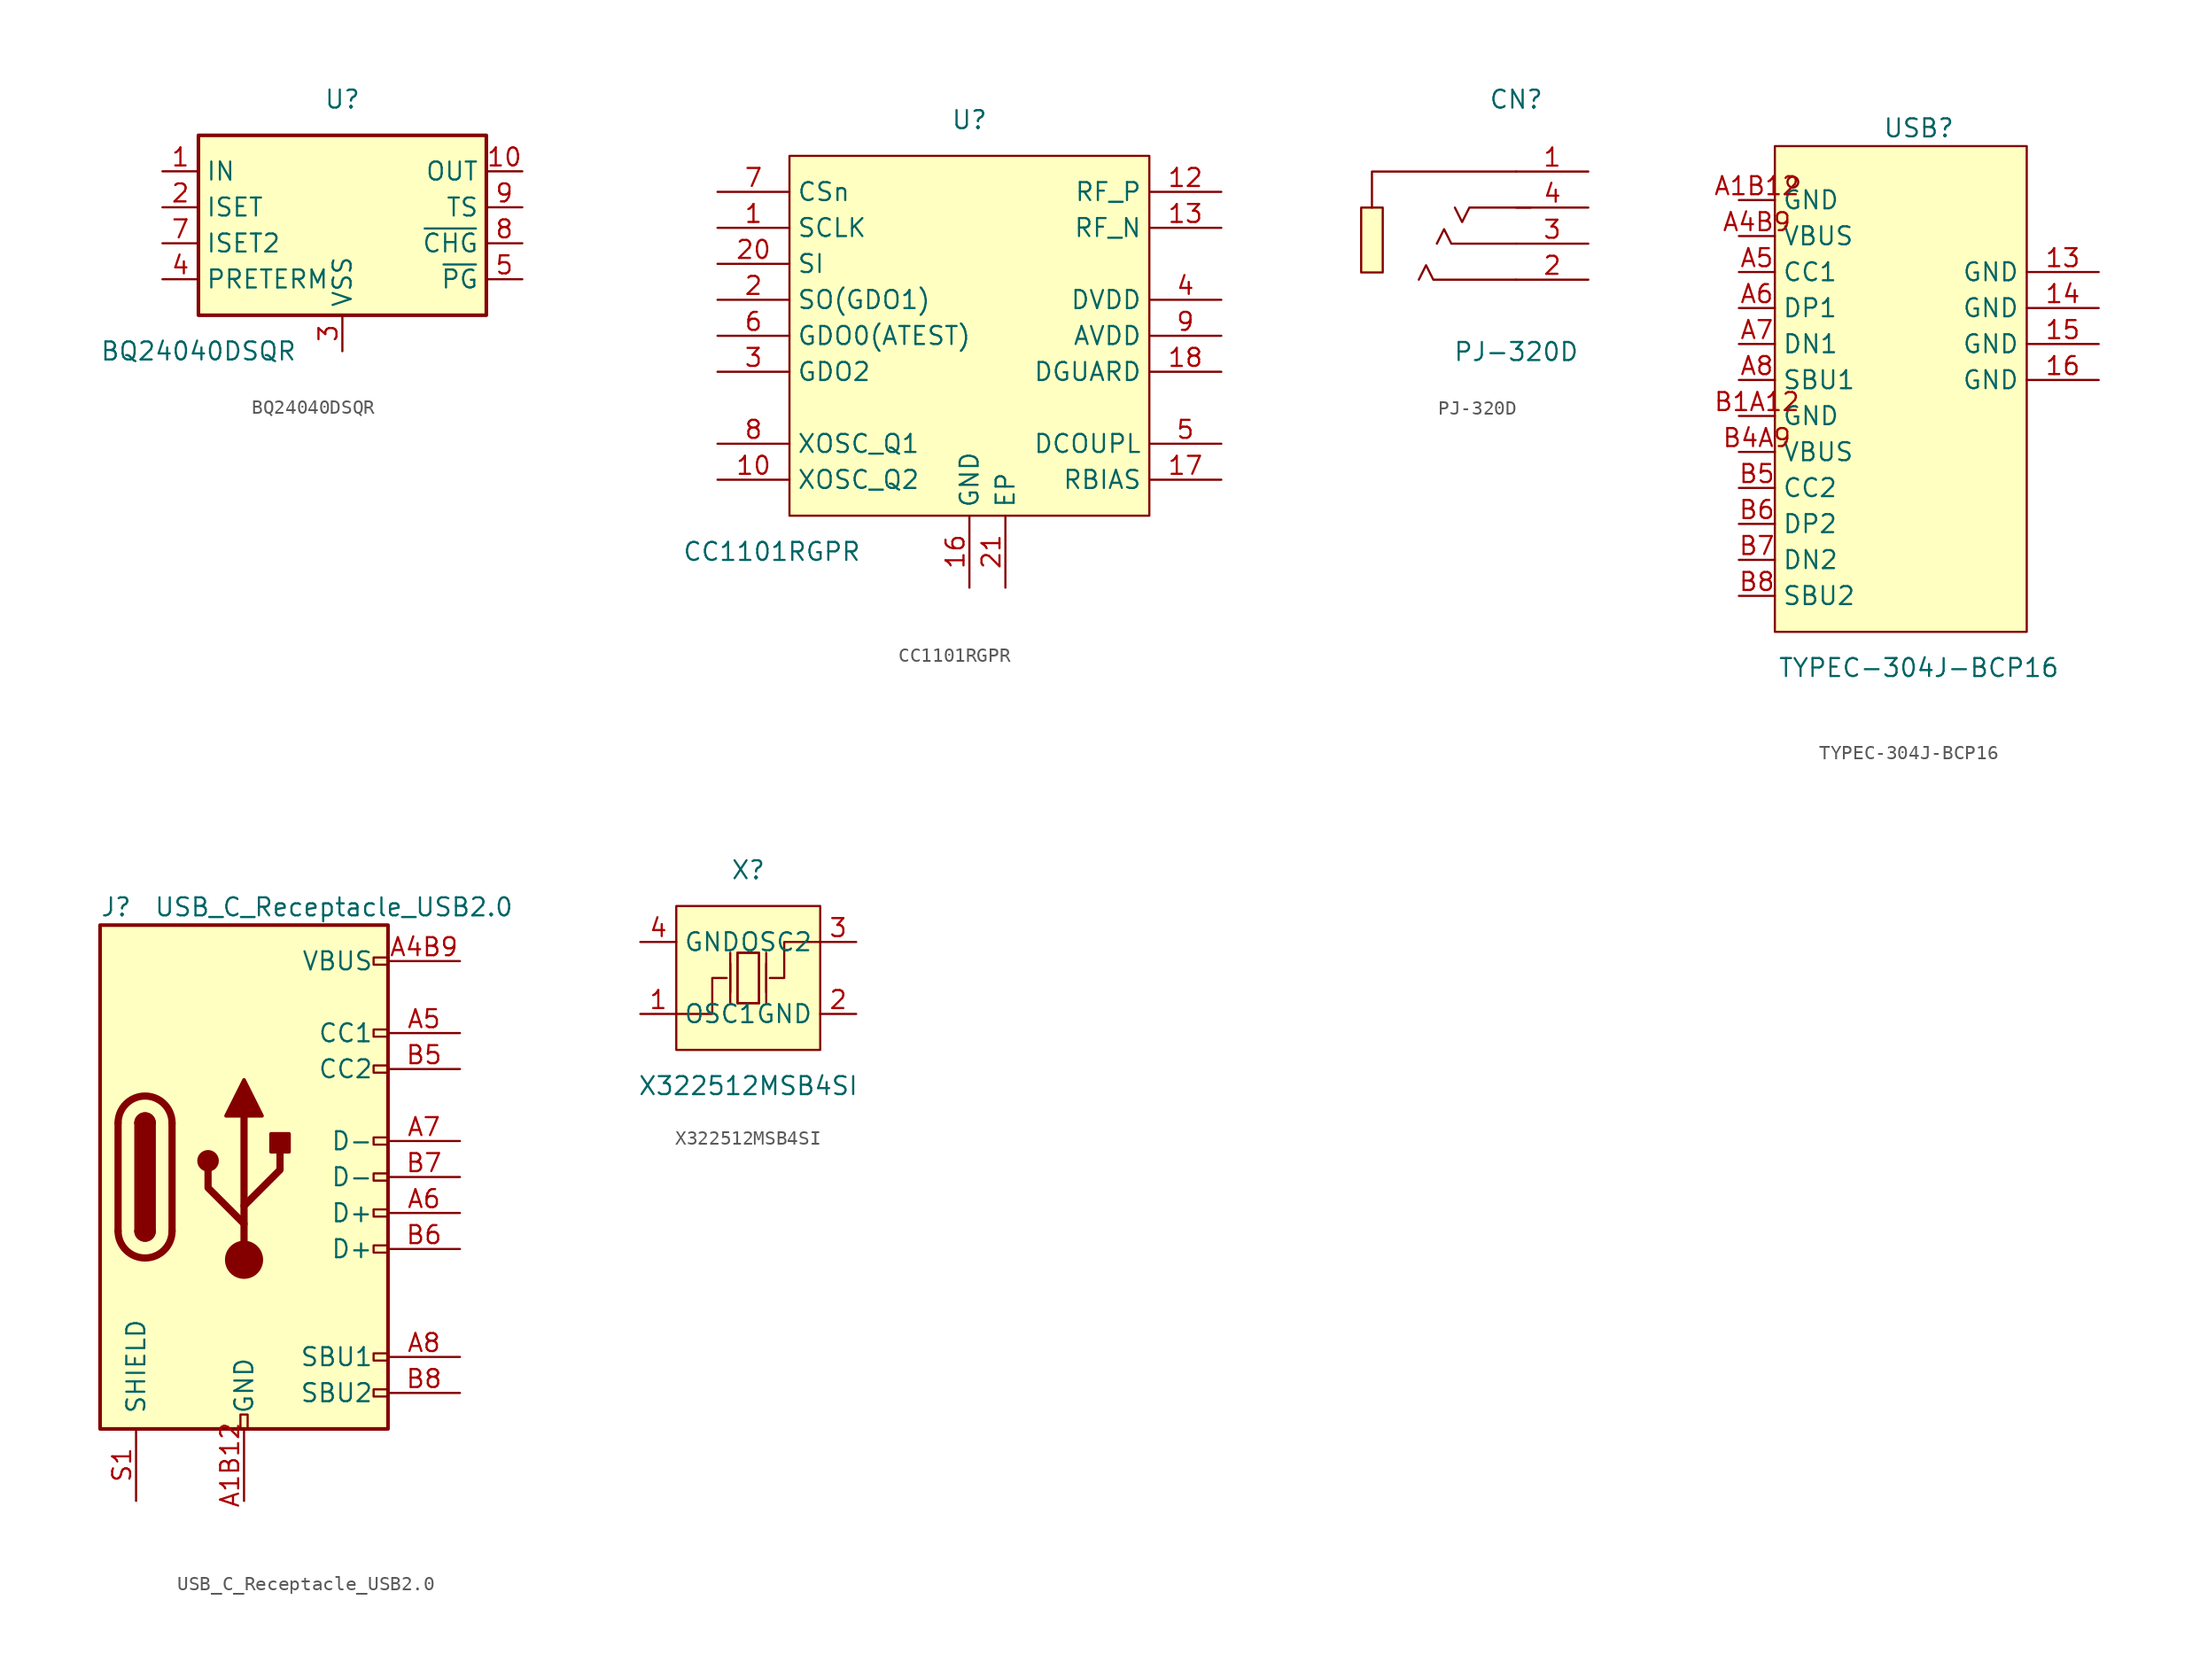
<source format=kicad_sym>
(kicad_symbol_lib
  (version 20241209)
  (generator "kicad_symbol_editor")
  (generator_version "9.0")
  (symbol "BQ24040DSQR"
    (property "Reference" "U"
      (at 0 10.16 0)
      (effects (font (size 1.27 1.27))))
    (property "Value" "BQ24040DSQR"
      (at -10.16 -7.62 0)
      (effects (font (size 1.27 1.27))))
    (symbol "BQ24040DSQR_0_1"
      (rectangle (start -10.16 7.62) (end 10.16 -5.08) (stroke (width 0.254) (type default)) (fill (type background))))
    (symbol "BQ24040DSQR_1_1"
      (pin power_in line (at -12.7 5.08 0) (length 2.54) (name "IN" (effects (font (size 1.27 1.27)))) (number "1" (effects (font (size 1.27 1.27)))))
      (pin passive line (at -12.7 2.54 0) (length 2.54) (name "ISET" (effects (font (size 1.27 1.27)))) (number "2" (effects (font (size 1.27 1.27)))))
      (pin passive line (at -12.7 0 0) (length 2.54) (name "ISET2" (effects (font (size 1.27 1.27)))) (number "7" (effects (font (size 1.27 1.27)))))
      (pin passive line (at -12.7 -2.54 0) (length 2.54) (name "PRETERM" (effects (font (size 1.27 1.27)))) (number "4" (effects (font (size 1.27 1.27)))))
      (pin passive line (at 0 -7.62 90) (length 2.54) (hide yes) (name "VSS" (effects (font (size 1.27 1.27)))) (number "11" (effects (font (size 1.27 1.27)))))
      (pin power_in line (at 0 -7.62 90) (length 2.54) (name "VSS" (effects (font (size 1.27 1.27)))) (number "3" (effects (font (size 1.27 1.27)))))
      (pin no_connect line (at 2.54 -7.62 90) (length 2.54) (hide yes) (name "NC" (effects (font (size 1.27 1.27)))) (number "6" (effects (font (size 1.27 1.27)))))
      (pin power_out line (at 12.7 5.08 180) (length 2.54) (name "OUT" (effects (font (size 1.27 1.27)))) (number "10" (effects (font (size 1.27 1.27)))))
      (pin passive line (at 12.7 2.54 180) (length 2.54) (name "TS" (effects (font (size 1.27 1.27)))) (number "9" (effects (font (size 1.27 1.27)))))
      (pin open_collector line (at 12.7 0 180) (length 2.54) (name "~{CHG}" (effects (font (size 1.27 1.27)))) (number "8" (effects (font (size 1.27 1.27)))))
      (pin open_collector line (at 12.7 -2.54 180) (length 2.54) (name "~{PG}" (effects (font (size 1.27 1.27)))) (number "5" (effects (font (size 1.27 1.27)))))))
  (symbol "CC1101RGPR"
    (property "Reference" "U"
      (at 0 20.32 0)
      (effects (font (size 1.27 1.27))))
    (property "Value" "CC1101RGPR"
      (at -7.62 -10.16 0)
      (effects (font (size 1.27 1.27)) (justify right)))
    (symbol "CC1101RGPR_1_1"
      (rectangle (start -12.7 17.78) (end 12.7 -7.62) (stroke (width 0) (type default)) (fill (type background)))
      (pin input line (at -17.78 15.24 0) (length 5.08) (name "CSn" (effects (font (size 1.27 1.27)))) (number "7" (effects (font (size 1.27 1.27)))))
      (pin input line (at -17.78 12.7 0) (length 5.08) (name "SCLK" (effects (font (size 1.27 1.27)))) (number "1" (effects (font (size 1.27 1.27)))))
      (pin input line (at -17.78 10.16 0) (length 5.08) (name "SI" (effects (font (size 1.27 1.27)))) (number "20" (effects (font (size 1.27 1.27)))))
      (pin tri_state line (at -17.78 7.62 0) (length 5.08) (name "SO(GDO1)" (effects (font (size 1.27 1.27)))) (number "2" (effects (font (size 1.27 1.27)))))
      (pin bidirectional line (at -17.78 5.08 0) (length 5.08) (name "GDO0(ATEST)" (effects (font (size 1.27 1.27)))) (number "6" (effects (font (size 1.27 1.27)))))
      (pin output line (at -17.78 2.54 0) (length 5.08) (name "GDO2" (effects (font (size 1.27 1.27)))) (number "3" (effects (font (size 1.27 1.27)))))
      (pin bidirectional line (at -17.78 -2.54 0) (length 5.08) (name "XOSC_Q1" (effects (font (size 1.27 1.27)))) (number "8" (effects (font (size 1.27 1.27)))))
      (pin bidirectional line (at -17.78 -5.08 0) (length 5.08) (name "XOSC_Q2" (effects (font (size 1.27 1.27)))) (number "10" (effects (font (size 1.27 1.27)))))
      (pin power_in line (at 0 -12.7 90) (length 5.08) (name "GND" (effects (font (size 1.27 1.27)))) (number "16" (effects (font (size 1.27 1.27)))))
      (pin power_in line (at 0 -12.7 90) (length 5.08) (hide yes) (name "GND" (effects (font (size 1.27 1.27)))) (number "19" (effects (font (size 1.27 1.27)))))
      (pin passive line (at 2.54 -12.7 90) (length 5.08) (name "EP" (effects (font (size 1.27 1.27)))) (number "21" (effects (font (size 1.27 1.27)))))
      (pin bidirectional line (at 17.78 15.24 180) (length 5.08) (name "RF_P" (effects (font (size 1.27 1.27)))) (number "12" (effects (font (size 1.27 1.27)))))
      (pin bidirectional line (at 17.78 12.7 180) (length 5.08) (name "RF_N" (effects (font (size 1.27 1.27)))) (number "13" (effects (font (size 1.27 1.27)))))
      (pin power_in line (at 17.78 7.62 180) (length 5.08) (name "DVDD" (effects (font (size 1.27 1.27)))) (number "4" (effects (font (size 1.27 1.27)))))
      (pin passive line (at 17.78 5.08 180) (length 5.08) (hide yes) (name "AVDD" (effects (font (size 1.27 1.27)))) (number "11" (effects (font (size 1.27 1.27)))))
      (pin passive line (at 17.78 5.08 180) (length 5.08) (hide yes) (name "AVDD" (effects (font (size 1.27 1.27)))) (number "14" (effects (font (size 1.27 1.27)))))
      (pin passive line (at 17.78 5.08 180) (length 5.08) (hide yes) (name "AVDD" (effects (font (size 1.27 1.27)))) (number "15" (effects (font (size 1.27 1.27)))))
      (pin power_in line (at 17.78 5.08 180) (length 5.08) (name "AVDD" (effects (font (size 1.27 1.27)))) (number "9" (effects (font (size 1.27 1.27)))))
      (pin power_in line (at 17.78 2.54 180) (length 5.08) (name "DGUARD" (effects (font (size 1.27 1.27)))) (number "18" (effects (font (size 1.27 1.27)))))
      (pin passive line (at 17.78 -2.54 180) (length 5.08) (name "DCOUPL" (effects (font (size 1.27 1.27)))) (number "5" (effects (font (size 1.27 1.27)))))
      (pin bidirectional line (at 17.78 -5.08 180) (length 5.08) (name "RBIAS" (effects (font (size 1.27 1.27)))) (number "17" (effects (font (size 1.27 1.27)))))))
  (symbol "PJ-320D"
    (pin_names
      (hide yes))
    (property "Reference" "CN"
      (at 0 7.62 0)
      (effects (font (size 1.27 1.27))))
    (property "Value" "PJ-320D"
      (at 0 -10.16 0)
      (effects (font (size 1.27 1.27))))
    (symbol "PJ-320D_0_1"
      (rectangle (start -10.92 0) (end -9.4 -4.57) (stroke (width 0) (type default)) (fill (type background)))
      (polyline (pts (xy 0 2.54) (xy -10.16 2.54) (xy -10.16 0)) (stroke (width 0) (type default)) (fill (type none)))
      (polyline (pts (xy 0 -2.54) (xy -4.57 -2.54) (xy -5.08 -1.52) (xy -5.59 -2.54)) (stroke (width 0) (type default)) (fill (type none)))
      (polyline (pts (xy 0 -5.08) (xy -5.84 -5.08) (xy -6.35 -4.06) (xy -6.86 -5.08)) (stroke (width 0) (type default)) (fill (type none)))
      (polyline (pts (xy 1.02 0) (xy -3.3 0) (xy -3.81 -1.02) (xy -4.32 0)) (stroke (width 0) (type default)) (fill (type none))))
    (symbol "PJ-320D_1_1"
      (pin passive line (at 5.08 2.54 180) (length 5.08) (name "1" (effects (font (size 1.27 1.27)))) (number "1" (effects (font (size 1.27 1.27)))))
      (pin passive line (at 5.08 0 180) (length 5.08) (name "4" (effects (font (size 1.27 1.27)))) (number "4" (effects (font (size 1.27 1.27)))))
      (pin passive line (at 5.08 -2.54 180) (length 5.08) (name "3" (effects (font (size 1.27 1.27)))) (number "3" (effects (font (size 1.27 1.27)))))
      (pin passive line (at 5.08 -5.08 180) (length 5.08) (name "2" (effects (font (size 1.27 1.27)))) (number "2" (effects (font (size 1.27 1.27)))))))
  (symbol "TYPEC-304J-BCP16"
    (property "Reference" "USB"
      (at 0 17.78 0)
      (effects (font (size 1.27 1.27))))
    (property "Value" "TYPEC-304J-BCP16"
      (at 0 -20.32 0)
      (effects (font (size 1.27 1.27))))
    (symbol "TYPEC-304J-BCP16_0_1"
      (rectangle (start -10.16 16.51) (end 7.62 -17.78) (stroke (width 0) (type default)) (fill (type background)))
      (circle (center -8.89 13.97) (radius 0.38) (stroke (width 0) (type default)) (fill (type none)))
      (pin unspecified line (at -12.7 12.7 0) (length 2.54) (name "GND" (effects (font (size 1.27 1.27)))) (number "A1B12" (effects (font (size 1.27 1.27)))))
      (pin unspecified line (at -12.7 10.16 0) (length 2.54) (name "VBUS" (effects (font (size 1.27 1.27)))) (number "A4B9" (effects (font (size 1.27 1.27)))))
      (pin unspecified line (at -12.7 7.62 0) (length 2.54) (name "CC1" (effects (font (size 1.27 1.27)))) (number "A5" (effects (font (size 1.27 1.27)))))
      (pin unspecified line (at -12.7 5.08 0) (length 2.54) (name "DP1" (effects (font (size 1.27 1.27)))) (number "A6" (effects (font (size 1.27 1.27)))))
      (pin unspecified line (at -12.7 2.54 0) (length 2.54) (name "DN1" (effects (font (size 1.27 1.27)))) (number "A7" (effects (font (size 1.27 1.27)))))
      (pin unspecified line (at -12.7 0 0) (length 2.54) (name "SBU1" (effects (font (size 1.27 1.27)))) (number "A8" (effects (font (size 1.27 1.27)))))
      (pin unspecified line (at -12.7 -2.54 0) (length 2.54) (name "GND" (effects (font (size 1.27 1.27)))) (number "B1A12" (effects (font (size 1.27 1.27)))))
      (pin unspecified line (at -12.7 -5.08 0) (length 2.54) (name "VBUS" (effects (font (size 1.27 1.27)))) (number "B4A9" (effects (font (size 1.27 1.27)))))
      (pin unspecified line (at -12.7 -7.62 0) (length 2.54) (name "CC2" (effects (font (size 1.27 1.27)))) (number "B5" (effects (font (size 1.27 1.27)))))
      (pin unspecified line (at -12.7 -10.16 0) (length 2.54) (name "DP2" (effects (font (size 1.27 1.27)))) (number "B6" (effects (font (size 1.27 1.27)))))
      (pin unspecified line (at -12.7 -12.7 0) (length 2.54) (name "DN2" (effects (font (size 1.27 1.27)))) (number "B7" (effects (font (size 1.27 1.27)))))
      (pin unspecified line (at -12.7 -15.24 0) (length 2.54) (name "SBU2" (effects (font (size 1.27 1.27)))) (number "B8" (effects (font (size 1.27 1.27)))))
      (pin unspecified line (at 12.7 7.62 180) (length 5.08) (name "GND" (effects (font (size 1.27 1.27)))) (number "13" (effects (font (size 1.27 1.27)))))
      (pin unspecified line (at 12.7 5.08 180) (length 5.08) (name "GND" (effects (font (size 1.27 1.27)))) (number "14" (effects (font (size 1.27 1.27)))))
      (pin unspecified line (at 12.7 2.54 180) (length 5.08) (name "GND" (effects (font (size 1.27 1.27)))) (number "15" (effects (font (size 1.27 1.27)))))
      (pin unspecified line (at 12.7 0 180) (length 5.08) (name "GND" (effects (font (size 1.27 1.27)))) (number "16" (effects (font (size 1.27 1.27)))))))
  (symbol "USB_C_Receptacle_USB2.0"
    (pin_names
      (offset 1.016))
    (property "Reference" "J"
      (at -10.16 19.05 0)
      (effects (font (size 1.27 1.27)) (justify left)))
    (property "Value" "USB_C_Receptacle_USB2.0"
      (at 19.05 19.05 0)
      (effects (font (size 1.27 1.27)) (justify right)))
    (symbol "USB_C_Receptacle_USB2.0_0_0"
      (rectangle (start -0.254 -17.78) (end 0.254 -16.764) (stroke (width 0) (type default)) (fill (type none)))
      (rectangle (start 10.16 15.494) (end 9.144 14.986) (stroke (width 0) (type default)) (fill (type none)))
      (rectangle (start 10.16 10.414) (end 9.144 9.906) (stroke (width 0) (type default)) (fill (type none)))
      (rectangle (start 10.16 7.874) (end 9.144 7.366) (stroke (width 0) (type default)) (fill (type none)))
      (rectangle (start 10.16 2.794) (end 9.144 2.286) (stroke (width 0) (type default)) (fill (type none)))
      (rectangle (start 10.16 0.254) (end 9.144 -0.254) (stroke (width 0) (type default)) (fill (type none)))
      (rectangle (start 10.16 -2.286) (end 9.144 -2.794) (stroke (width 0) (type default)) (fill (type none)))
      (rectangle (start 10.16 -4.826) (end 9.144 -5.334) (stroke (width 0) (type default)) (fill (type none)))
      (rectangle (start 10.16 -12.446) (end 9.144 -12.954) (stroke (width 0) (type default)) (fill (type none)))
      (rectangle (start 10.16 -14.986) (end 9.144 -15.494) (stroke (width 0) (type default)) (fill (type none))))
    (symbol "USB_C_Receptacle_USB2.0_0_1"
      (rectangle (start -10.16 17.78) (end 10.16 -17.78) (stroke (width 0.254) (type default)) (fill (type background)))
      (polyline (pts (xy -8.89 -3.81) (xy -8.89 3.81)) (stroke (width 0.508) (type default)) (fill (type none)))
      (rectangle (start -7.62 -3.81) (end -6.35 3.81) (stroke (width 0.254) (type default)) (fill (type outline)))
      (arc (start -7.62 3.81) (mid -6.985 4.4423) (end -6.35 3.81) (stroke (width 0.254) (type default)) (fill (type none)))
      (arc (start -7.62 3.81) (mid -6.985 4.4423) (end -6.35 3.81) (stroke (width 0.254) (type default)) (fill (type outline)))
      (arc (start -8.89 3.81) (mid -6.985 5.7067) (end -5.08 3.81) (stroke (width 0.508) (type default)) (fill (type none)))
      (arc (start -5.08 -3.81) (mid -6.985 -5.7067) (end -8.89 -3.81) (stroke (width 0.508) (type default)) (fill (type none)))
      (arc (start -6.35 -3.81) (mid -6.985 -4.4423) (end -7.62 -3.81) (stroke (width 0.254) (type default)) (fill (type none)))
      (arc (start -6.35 -3.81) (mid -6.985 -4.4423) (end -7.62 -3.81) (stroke (width 0.254) (type default)) (fill (type outline)))
      (polyline (pts (xy -5.08 3.81) (xy -5.08 -3.81)) (stroke (width 0.508) (type default)) (fill (type none)))
      (circle (center -2.54 1.143) (radius 0.635) (stroke (width 0.254) (type default)) (fill (type outline)))
      (polyline (pts (xy -1.27 4.318) (xy 0 6.858) (xy 1.27 4.318) (xy -1.27 4.318)) (stroke (width 0.254) (type default)) (fill (type outline)))
      (polyline (pts (xy 0 -2.032) (xy 2.54 0.508) (xy 2.54 1.778)) (stroke (width 0.508) (type default)) (fill (type none)))
      (polyline (pts (xy 0 -3.302) (xy -2.54 -0.762) (xy -2.54 0.508)) (stroke (width 0.508) (type default)) (fill (type none)))
      (polyline (pts (xy 0 -5.842) (xy 0 4.318)) (stroke (width 0.508) (type default)) (fill (type none)))
      (circle (center 0 -5.842) (radius 1.27) (stroke (width 0) (type default)) (fill (type outline)))
      (rectangle (start 1.905 1.778) (end 3.175 3.048) (stroke (width 0.254) (type default)) (fill (type outline))))
    (symbol "USB_C_Receptacle_USB2.0_1_1"
      (pin passive line (at -7.62 -22.86 90) (length 5.08) (name "SHIELD" (effects (font (size 1.27 1.27)))) (number "S1" (effects (font (size 1.27 1.27)))))
      (pin power_in line (at 0 -22.86 90) (length 5.08) (name "GND" (effects (font (size 1.27 1.27)))) (number "A1B12" (effects (font (size 1.27 1.27)))))
      (pin power_in line (at 0 -22.86 90) (length 5.08) (hide yes) (name "GND" (effects (font (size 1.27 1.27)))) (number "B1A12" (effects (font (size 1.27 1.27)))))
      (pin power_in line (at 15.24 15.24 180) (length 5.08) (name "VBUS" (effects (font (size 1.27 1.27)))) (number "A4B9" (effects (font (size 1.27 1.27)))))
      (pin power_in line (at 15.24 15.24 180) (length 5.08) (hide yes) (name "VBUS" (effects (font (size 1.27 1.27)))) (number "B4A9" (effects (font (size 1.27 1.27)))))
      (pin bidirectional line (at 15.24 10.16 180) (length 5.08) (name "CC1" (effects (font (size 1.27 1.27)))) (number "A5" (effects (font (size 1.27 1.27)))))
      (pin bidirectional line (at 15.24 7.62 180) (length 5.08) (name "CC2" (effects (font (size 1.27 1.27)))) (number "B5" (effects (font (size 1.27 1.27)))))
      (pin bidirectional line (at 15.24 2.54 180) (length 5.08) (name "D-" (effects (font (size 1.27 1.27)))) (number "A7" (effects (font (size 1.27 1.27)))))
      (pin bidirectional line (at 15.24 0 180) (length 5.08) (name "D-" (effects (font (size 1.27 1.27)))) (number "B7" (effects (font (size 1.27 1.27)))))
      (pin bidirectional line (at 15.24 -2.54 180) (length 5.08) (name "D+" (effects (font (size 1.27 1.27)))) (number "A6" (effects (font (size 1.27 1.27)))))
      (pin bidirectional line (at 15.24 -5.08 180) (length 5.08) (name "D+" (effects (font (size 1.27 1.27)))) (number "B6" (effects (font (size 1.27 1.27)))))
      (pin bidirectional line (at 15.24 -12.7 180) (length 5.08) (name "SBU1" (effects (font (size 1.27 1.27)))) (number "A8" (effects (font (size 1.27 1.27)))))
      (pin bidirectional line (at 15.24 -15.24 180) (length 5.08) (name "SBU2" (effects (font (size 1.27 1.27)))) (number "B8" (effects (font (size 1.27 1.27)))))))
  (symbol "X322512MSB4SI"
    (property "Reference" "X"
      (at 0 7.62 0)
      (effects (font (size 1.27 1.27))))
    (property "Value" "X322512MSB4SI"
      (at 0 -7.62 0)
      (effects (font (size 1.27 1.27))))
    (symbol "X322512MSB4SI_0_1"
      (rectangle (start -5.08 5.08) (end 5.08 -5.08) (stroke (width 0) (type default)) (fill (type background)))
      (polyline (pts (xy -5.08 -2.54) (xy -2.54 -2.54) (xy -2.54 0) (xy -1.52 0)) (stroke (width 0) (type default)) (fill (type none)))
      (polyline (pts (xy -1.27 -1.02) (xy -1.27 1.02)) (stroke (width 0) (type default)) (fill (type none)))
      (polyline (pts (xy -1.27 -1.78) (xy -1.27 1.78)) (stroke (width 0) (type default)) (fill (type none)))
      (polyline (pts (xy -0.76 -1.78) (xy -0.76 1.78) (xy 0.76 1.78) (xy 0.76 -1.78)) (stroke (width 0) (type default)) (fill (type none)))
      (polyline (pts (xy 0.76 1.78) (xy 0.76 -1.78) (xy -0.76 -1.78) (xy -0.76 1.78) (xy 0.76 1.78)) (stroke (width 0) (type default)) (fill (type background)))
      (polyline (pts (xy 0.76 -1.78) (xy -0.76 -1.78)) (stroke (width 0) (type default)) (fill (type none)))
      (polyline (pts (xy 1.27 -1.02) (xy 1.27 1.02)) (stroke (width 0) (type default)) (fill (type none)))
      (polyline (pts (xy 1.27 -1.78) (xy 1.27 1.78)) (stroke (width 0) (type default)) (fill (type none)))
      (polyline (pts (xy 5.08 2.54) (xy 2.54 2.54) (xy 2.54 0) (xy 1.52 0)) (stroke (width 0) (type default)) (fill (type none))))
    (symbol "X322512MSB4SI_1_1"
      (pin power_in line (at -7.62 2.54 0) (length 2.54) (name "GND" (effects (font (size 1.27 1.27)))) (number "4" (effects (font (size 1.27 1.27)))))
      (pin bidirectional line (at -7.62 -2.54 0) (length 2.54) (name "OSC1" (effects (font (size 1.27 1.27)))) (number "1" (effects (font (size 1.27 1.27)))))
      (pin bidirectional line (at 7.62 2.54 180) (length 2.54) (name "OSC2" (effects (font (size 1.27 1.27)))) (number "3" (effects (font (size 1.27 1.27)))))
      (pin power_in line (at 7.62 -2.54 180) (length 2.54) (name "GND" (effects (font (size 1.27 1.27)))) (number "2" (effects (font (size 1.27 1.27))))))))
</source>
